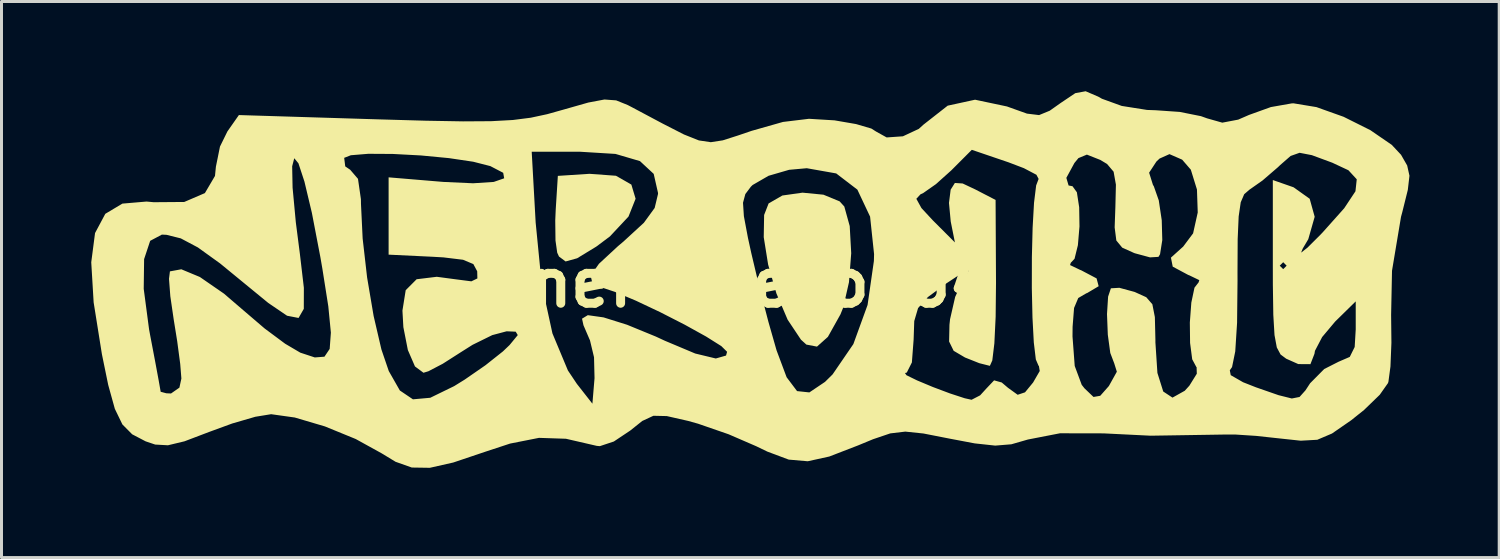
<source format=kicad_pcb>
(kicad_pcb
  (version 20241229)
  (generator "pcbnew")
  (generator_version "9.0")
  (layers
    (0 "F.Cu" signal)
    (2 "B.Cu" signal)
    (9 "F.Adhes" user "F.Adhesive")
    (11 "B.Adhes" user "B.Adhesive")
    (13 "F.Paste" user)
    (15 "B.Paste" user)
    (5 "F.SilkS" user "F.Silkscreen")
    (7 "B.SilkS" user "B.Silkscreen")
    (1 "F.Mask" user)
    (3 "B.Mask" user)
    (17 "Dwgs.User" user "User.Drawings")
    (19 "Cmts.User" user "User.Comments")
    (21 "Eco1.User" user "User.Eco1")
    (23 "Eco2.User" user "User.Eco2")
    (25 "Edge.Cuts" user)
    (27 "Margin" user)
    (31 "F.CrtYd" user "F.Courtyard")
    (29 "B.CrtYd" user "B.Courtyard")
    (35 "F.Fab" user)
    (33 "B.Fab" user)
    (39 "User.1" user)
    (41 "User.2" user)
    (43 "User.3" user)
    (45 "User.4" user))
  (footprint "nerdAxeLogo4"
    (layer "F.Cu")
    (at 22.409 6.408)
    (property "Reference" "nerdAxeLogo4" (at 0 0 0) (layer "F.SilkS") (effects (font (size 1.5 1.5) (thickness 0.3))))
    (attr board_only exclude_from_pos_files exclude_from_bom)
    (fp_poly (pts (xy -4.87 -3.583) (xy -4.355 -3.288) (xy -4.213 -2.815) (xy -4.45 -2.22) (xy -5.07 -1.557) (xy -5.524 -1.217) (xy -6.167 -0.825) (xy -6.553 -0.718) (xy -6.774 -0.883) (xy -6.833 -1.011) (xy -6.891 -1.419) (xy -6.899 -2.09) (xy -6.883 -2.454) (xy -6.812 -3.579) (xy -5.753 -3.648)) (stroke (width 0) (type solid)) (fill yes) (layer "F.SilkS"))
    (fp_poly (pts (xy 2.066 -2.95) (xy 2.607 -2.727) (xy 2.763 -2.555) (xy 2.944 -1.901) (xy 2.994 -0.994) (xy 2.919 -0.023) (xy 2.726 0.824) (xy 2.634 1.051) (xy 2.215 1.801) (xy 1.85 2.128) (xy 1.494 2.06) (xy 1.314 1.896) (xy 0.869 1.229) (xy 0.493 0.349) (xy 0.217 -0.613) (xy 0.07 -1.53) (xy 0.083 -2.273) (xy 0.233 -2.658) (xy 0.693 -2.923) (xy 1.366 -3.018)) (stroke (width 0) (type solid)) (fill yes) (layer "F.SilkS"))
    (fp_poly (pts (xy 11.248 -6.229) (xy 11.375 -6.157) (xy 12.037 -5.917) (xy 12.884 -5.783) (xy 13.17 -5.773) (xy 13.976 -5.717) (xy 14.685 -5.575) (xy 14.889 -5.502) (xy 15.398 -5.358) (xy 15.929 -5.459) (xy 16.293 -5.617) (xy 17.021 -5.879) (xy 17.719 -6.002) (xy 17.781 -6.004) (xy 18.545 -5.878) (xy 19.453 -5.554) (xy 20.346 -5.108) (xy 21.061 -4.617) (xy 21.372 -4.285) (xy 21.578 -3.926) (xy 21.654 -3.583) (xy 21.599 -3.11) (xy 21.413 -2.362) (xy 21.372 -2.211) (xy 21.071 -0.409) (xy 21.041 1.071) (xy 21.051 2) (xy 21.019 2.793) (xy 20.951 3.302) (xy 20.936 3.348) (xy 20.661 3.738) (xy 20.136 4.246) (xy 19.706 4.59) (xy 19.065 5.033) (xy 18.573 5.242) (xy 18.018 5.273) (xy 17.347 5.201) (xy 16.526 5.112) (xy 15.823 5.066) (xy 15.529 5.066) (xy 13.002 5.106) (xy 11.43 5.028) (xy 9.972 5.025) (xy 8.899 5.234) (xy 8.347 5.393) (xy 7.808 5.437) (xy 7.123 5.363) (xy 6.289 5.205) (xy 5.407 5.032) (xy 4.802 4.969) (xy 4.299 5.029) (xy 3.723 5.224) (xy 3.227 5.429) (xy 2.261 5.802) (xy 1.541 5.96) (xy 0.905 5.905) (xy 0.192 5.638) (xy -0.181 5.458) (xy -1.105 5.058) (xy -2.125 4.705) (xy -2.461 4.611) (xy -3.17 4.45) (xy -3.618 4.44) (xy -3.99 4.613) (xy -4.392 4.934) (xy -4.941 5.3) (xy -5.408 5.455) (xy -5.51 5.446) (xy -6.542 5.208) (xy -7.443 5.178) (xy -8.408 5.369) (xy -9.223 5.637) (xy -10.307 6.002) (xy -11.091 6.179) (xy -11.694 6.17) (xy -12.236 5.978) (xy -12.704 5.694) (xy -13.568 5.217) (xy -14.597 4.796) (xy -15.605 4.498) (xy -16.396 4.387) (xy -16.924 4.473) (xy -17.697 4.698) (xy -18.465 4.979) (xy -19.291 5.293) (xy -19.845 5.426) (xy -20.272 5.402) (xy -20.592 5.294) (xy -21.041 5.059) (xy -21.368 4.729) (xy -21.62 4.209) (xy -21.842 3.408) (xy -22.053 2.379) (xy -22.329 0.648) (xy -22.356 0.196) (xy -20.655 0.196) (xy -20.476 1.552) (xy -20.439 1.752) (xy -20.276 2.607) (xy -20.154 3.264) (xy -20.093 3.61) (xy -20.089 3.637) (xy -19.9 3.688) (xy -19.743 3.695) (xy -19.462 3.499) (xy -19.396 3.194) (xy -19.435 2.707) (xy -19.536 1.946) (xy -19.653 1.219) (xy -19.766 0.443) (xy -19.81 -0.138) (xy -19.779 -0.387) (xy -19.398 -0.457) (xy -18.778 -0.199) (xy -17.974 0.356) (xy -17.333 0.906) (xy -16.614 1.521) (xy -15.927 2.032) (xy -15.421 2.33) (xy -15.415 2.332) (xy -14.936 2.49) (xy -14.614 2.465) (xy -14.439 2.205) (xy -14.399 1.661) (xy -14.485 0.781) (xy -14.685 -0.487) (xy -14.75 -0.862) (xy -15.034 -2.343) (xy -15.283 -3.389) (xy -15.483 -3.998) (xy -15.623 -4.169) (xy -15.693 -3.899) (xy -15.679 -3.187) (xy -15.571 -2.03) (xy -15.435 -0.972) (xy -15.302 0.161) (xy -15.304 0.866) (xy -15.479 1.17) (xy -15.863 1.096) (xy -16.491 0.669) (xy -17.112 0.16) (xy -18.103 -0.653) (xy -18.845 -1.187) (xy -19.416 -1.49) (xy -19.895 -1.609) (xy -20.048 -1.616) (xy -20.439 -1.408) (xy -20.642 -0.797) (xy -20.655 0.196) (xy -22.356 0.196) (xy -22.409 -0.691) (xy -22.282 -1.668) (xy -21.939 -2.311) (xy -21.368 -2.652) (xy -20.561 -2.721) (xy -20.322 -2.699) (xy -19.3 -2.707) (xy -18.61 -3.004) (xy -18.273 -3.577) (xy -18.242 -3.887) (xy -18.182 -4.182) (xy -13.954 -4.182) (xy -13.919 -3.896) (xy -13.754 -3.784) (xy -13.493 -3.48) (xy -13.395 -2.8) (xy -13.393 -2.647) (xy -13.337 -1.485) (xy -13.188 -0.183) (xy -12.97 1.104) (xy -12.71 2.222) (xy -12.464 2.944) (xy -12.093 3.595) (xy -11.656 3.89) (xy -11.077 3.838) (xy -10.277 3.448) (xy -9.925 3.23) (xy -9.232 2.751) (xy -8.648 2.288) (xy -8.426 2.076) (xy -8.152 1.743) (xy -8.221 1.629) (xy -8.524 1.616) (xy -9.005 1.744) (xy -9.663 2.068) (xy -10.045 2.309) (xy -10.659 2.701) (xy -11.139 2.952) (xy -11.304 3.002) (xy -11.588 2.791) (xy -11.826 2.242) (xy -11.976 1.477) (xy -12.007 0.924) (xy -11.898 0.242) (xy -11.533 -0.124) (xy -10.859 -0.206) (xy -10.236 -0.123) (xy -9.703 -0.054) (xy -9.502 -0.151) (xy -9.508 -0.39) (xy -9.637 -0.631) (xy -9.981 -0.775) (xy -10.64 -0.855) (xy -11.028 -0.877) (xy -12.469 -0.946) (xy -12.469 -2.238) (xy -12.469 -3.53) (xy -10.638 -3.377) (xy -9.646 -3.332) (xy -8.955 -3.377) (xy -8.606 -3.498) (xy -8.639 -3.682) (xy -9.069 -3.906) (xy -9.641 -4.052) (xy -10.455 -4.173) (xy -11.39 -4.262) (xy -12.328 -4.312) (xy -13.148 -4.317) (xy -13.732 -4.269) (xy -13.954 -4.182) (xy -18.182 -4.182) (xy -18.141 -4.387) (xy -7.686 -4.387) (xy -7.554 -2.02) (xy -7.351 0.043) (xy -6.993 1.686) (xy -6.476 2.925) (xy -6.177 3.372) (xy -5.657 4.036) (xy -5.586 3.182) (xy -5.603 2.483) (xy -5.739 1.915) (xy -5.759 1.872) (xy -5.956 1.413) (xy -6.004 1.194) (xy -5.811 1.077) (xy -5.285 1.151) (xy -4.5 1.397) (xy -3.535 1.793) (xy -3.233 1.933) (xy -2.22 2.359) (xy -1.532 2.525) (xy -1.19 2.427) (xy -1.155 2.301) (xy -1.348 2.111) (xy -1.857 1.791) (xy -2.574 1.394) (xy -3.392 0.976) (xy -4.205 0.592) (xy -4.905 0.298) (xy -5.289 0.17) (xy -5.658 0.007) (xy -5.716 -0.246) (xy -5.438 -0.641) (xy -4.803 -1.229) (xy -4.618 -1.385) (xy -3.936 -2.012) (xy -3.576 -2.507) (xy -3.534 -2.681) (xy -0.623 -2.681) (xy -0.594 -2.232) (xy -0.458 -1.509) (xy -0.345 -0.993) (xy -0.08 0.124) (xy 0.226 1.299) (xy 0.498 2.251) (xy 0.835 3.152) (xy 1.184 3.615) (xy 1.595 3.659) (xy 2.118 3.307) (xy 2.372 3.056) (xy 2.403 3.011) (xy 4.791 3.011) (xy 4.84 3.084) (xy 5.194 3.257) (xy 5.723 3.478) (xy 6.298 3.694) (xy 6.788 3.854) (xy 7.017 3.905) (xy 7.303 3.757) (xy 7.516 3.524) (xy 7.77 3.256) (xy 8.025 3.327) (xy 8.234 3.504) (xy 8.558 3.738) (xy 8.804 3.656) (xy 9.074 3.327) (xy 9.296 2.943) (xy 9.267 2.772) (xy 9.257 2.771) (xy 9.165 2.557) (xy 9.097 1.985) (xy 9.053 1.156) (xy 9.031 0.172) (xy 9.033 -0.864) (xy 9.058 -1.849) (xy 9.105 -2.682) (xy 9.176 -3.26) (xy 9.258 -3.477) (xy 9.239 -3.513) (xy 10.185 -3.513) (xy 10.26 -3.258) (xy 10.391 -3.233) (xy 10.537 -3.031) (xy 10.614 -2.53) (xy 10.624 -1.888) (xy 10.571 -1.262) (xy 10.459 -0.808) (xy 10.333 -0.674) (xy 10.309 -0.598) (xy 10.643 -0.438) (xy 10.68 -0.424) (xy 11.196 -0.152) (xy 11.265 0.109) (xy 10.881 0.337) (xy 10.853 0.346) (xy 10.583 0.504) (xy 10.443 0.837) (xy 10.394 1.466) (xy 10.391 1.787) (xy 10.465 2.775) (xy 10.699 3.405) (xy 10.79 3.521) (xy 11.093 3.811) (xy 11.318 3.772) (xy 11.607 3.445) (xy 11.873 2.967) (xy 11.786 2.688) (xy 11.654 2.341) (xy 11.571 1.73) (xy 11.544 1.04) (xy 11.581 0.457) (xy 11.674 0.179) (xy 11.957 0.162) (xy 12.462 0.299) (xy 12.482 0.307) (xy 12.856 0.477) (xy 13.06 0.712) (xy 13.144 1.141) (xy 13.162 1.892) (xy 13.162 1.985) (xy 13.229 3.008) (xy 13.424 3.629) (xy 13.733 3.833) (xy 14.144 3.603) (xy 14.298 3.433) (xy 14.546 3.034) (xy 14.542 2.919) (xy 15.649 2.919) (xy 15.68 3.082) (xy 16.093 3.319) (xy 16.522 3.488) (xy 17.278 3.751) (xy 17.722 3.862) (xy 17.98 3.811) (xy 18.178 3.59) (xy 18.334 3.352) (xy 18.805 2.877) (xy 19.284 2.634) (xy 19.659 2.472) (xy 19.823 2.141) (xy 19.858 1.553) (xy 19.858 0.616) (xy 19.172 1.289) (xy 18.736 1.808) (xy 18.495 2.269) (xy 18.479 2.367) (xy 18.344 2.715) (xy 17.938 2.712) (xy 17.534 2.532) (xy 17.346 2.392) (xy 17.22 2.156) (xy 17.143 1.741) (xy 17.103 1.067) (xy 17.088 0.051) (xy 17.087 -0.573) (xy 17.087 -0.577) (xy 17.318 -0.577) (xy 17.434 -0.462) (xy 17.549 -0.577) (xy 17.434 -0.693) (xy 17.318 -0.577) (xy 17.087 -0.577) (xy 17.087 -3.44) (xy 17.78 -3.198) (xy 18.319 -2.814) (xy 18.486 -2.212) (xy 18.272 -1.462) (xy 18.086 -1.148) (xy 18.032 -1.013) (xy 18.245 -1.18) (xy 18.679 -1.613) (xy 18.758 -1.696) (xy 19.473 -2.497) (xy 19.849 -3.064) (xy 19.892 -3.465) (xy 19.614 -3.767) (xy 19.073 -4.02) (xy 18.391 -4.272) (xy 17.981 -4.351) (xy 17.682 -4.245) (xy 17.333 -3.941) (xy 17.257 -3.868) (xy 16.74 -3.423) (xy 16.304 -3.117) (xy 16.13 -2.966) (xy 16.014 -2.695) (xy 15.945 -2.222) (xy 15.912 -1.465) (xy 15.906 -0.345) (xy 15.907 -0.066) (xy 15.892 1.334) (xy 15.831 2.289) (xy 15.724 2.812) (xy 15.649 2.919) (xy 14.542 2.919) (xy 14.539 2.813) (xy 14.53 2.809) (xy 14.392 2.552) (xy 14.321 2.005) (xy 14.313 1.322) (xy 14.363 0.655) (xy 14.468 0.158) (xy 14.605 -0.018) (xy 14.629 -0.094) (xy 14.295 -0.255) (xy 14.259 -0.268) (xy 13.741 -0.545) (xy 13.681 -0.846) (xy 14.072 -1.199) (xy 14.085 -1.208) (xy 14.422 -1.658) (xy 14.577 -2.355) (xy 14.551 -3.123) (xy 14.346 -3.786) (xy 14.056 -4.121) (xy 13.632 -4.306) (xy 13.3 -4.157) (xy 13.195 -4.057) (xy 12.952 -3.686) (xy 13.08 -3.278) (xy 13.109 -3.232) (xy 13.275 -2.759) (xy 13.374 -2.096) (xy 13.392 -1.433) (xy 13.317 -0.96) (xy 13.264 -0.872) (xy 12.982 -0.855) (xy 12.475 -0.992) (xy 12.446 -1.003) (xy 12.053 -1.18) (xy 11.856 -1.419) (xy 11.8 -1.857) (xy 11.824 -2.537) (xy 11.842 -3.286) (xy 11.765 -3.718) (xy 11.547 -3.976) (xy 11.321 -4.112) (xy 10.872 -4.29) (xy 10.589 -4.173) (xy 10.455 -4.01) (xy 10.185 -3.513) (xy 9.239 -3.513) (xy 9.185 -3.616) (xy 8.767 -3.836) (xy 8.253 -4.032) (xy 7.025 -4.45) (xy 6.339 -3.763) (xy 5.826 -3.303) (xy 5.395 -3.001) (xy 5.31 -2.963) (xy 5.171 -2.813) (xy 5.341 -2.504) (xy 5.713 -2.102) (xy 6.46 -1.355) (xy 6.32 -2.056) (xy 6.262 -2.675) (xy 6.318 -3.118) (xy 6.459 -3.342) (xy 6.719 -3.325) (xy 7.139 -3.127) (xy 7.82 -2.775) (xy 7.834 -0.002) (xy 7.822 1.13) (xy 7.779 2.019) (xy 7.71 2.59) (xy 7.629 2.771) (xy 7.276 2.682) (xy 6.798 2.492) (xy 6.418 2.268) (xy 6.266 1.958) (xy 6.278 1.397) (xy 6.298 1.212) (xy 6.469 0.466) (xy 6.754 -0.154) (xy 6.842 -0.272) (xy 6.928 -0.429) (xy 6.681 -0.319) (xy 6.177 0.013) (xy 5.556 0.473) (xy 5.229 0.84) (xy 5.101 1.275) (xy 5.08 1.892) (xy 5.022 2.657) (xy 4.851 2.996) (xy 4.791 3.011) (xy 2.403 3.011) (xy 3.066 2.043) (xy 3.541 0.735) (xy 3.752 -0.733) (xy 3.758 -0.963) (xy 3.625 -2.217) (xy 3.2 -3.119) (xy 2.492 -3.661) (xy 1.509 -3.835) (xy 0.919 -3.782) (xy 0.231 -3.582) (xy -0.302 -3.274) (xy -0.361 -3.216) (xy -0.545 -2.971) (xy -0.623 -2.681) (xy -3.534 -2.681) (xy -3.464 -2.975) (xy -3.464 -3.01) (xy -3.608 -3.646) (xy -4.068 -4.073) (xy -4.886 -4.313) (xy -6.088 -4.387) (xy -7.686 -4.387) (xy -18.141 -4.387) (xy -18.106 -4.559) (xy -17.858 -5.064) (xy -17.474 -5.612) (xy -12.836 -5.469) (xy -11.221 -5.423) (xy -9.984 -5.401) (xy -9.043 -5.407) (xy -8.315 -5.447) (xy -7.719 -5.523) (xy -7.17 -5.641) (xy -6.631 -5.792) (xy -5.795 -6.03) (xy -5.254 -6.132) (xy -4.863 -6.103) (xy -4.478 -5.948) (xy -4.321 -5.866) (xy -3.303 -5.324) (xy -2.597 -4.963) (xy -2.097 -4.764) (xy -1.699 -4.705) (xy -1.298 -4.767) (xy -0.791 -4.929) (xy -0.336 -5.084) (xy 0.713 -5.382) (xy 1.582 -5.487) (xy 2.438 -5.435) (xy 3.156 -5.311) (xy 3.667 -5.161) (xy 3.82 -5.064) (xy 4.179 -4.864) (xy 4.722 -4.902) (xy 5.253 -5.15) (xy 5.407 -5.29) (xy 6.219 -5.926) (xy 7.134 -6.125) (xy 8.202 -5.899) (xy 8.223 -5.891) (xy 8.869 -5.66) (xy 9.274 -5.611) (xy 9.629 -5.757) (xy 9.993 -6.014) (xy 10.484 -6.344) (xy 10.83 -6.408)) (stroke (width 0) (type solid)) (fill yes) (layer "F.SilkS")))
  (gr_rect
    (start -3 -3)
    (end 47.063 15.587)
    (stroke (width 0.1) (type default))
    (fill no)
    (layer "Edge.Cuts")))
</source>
